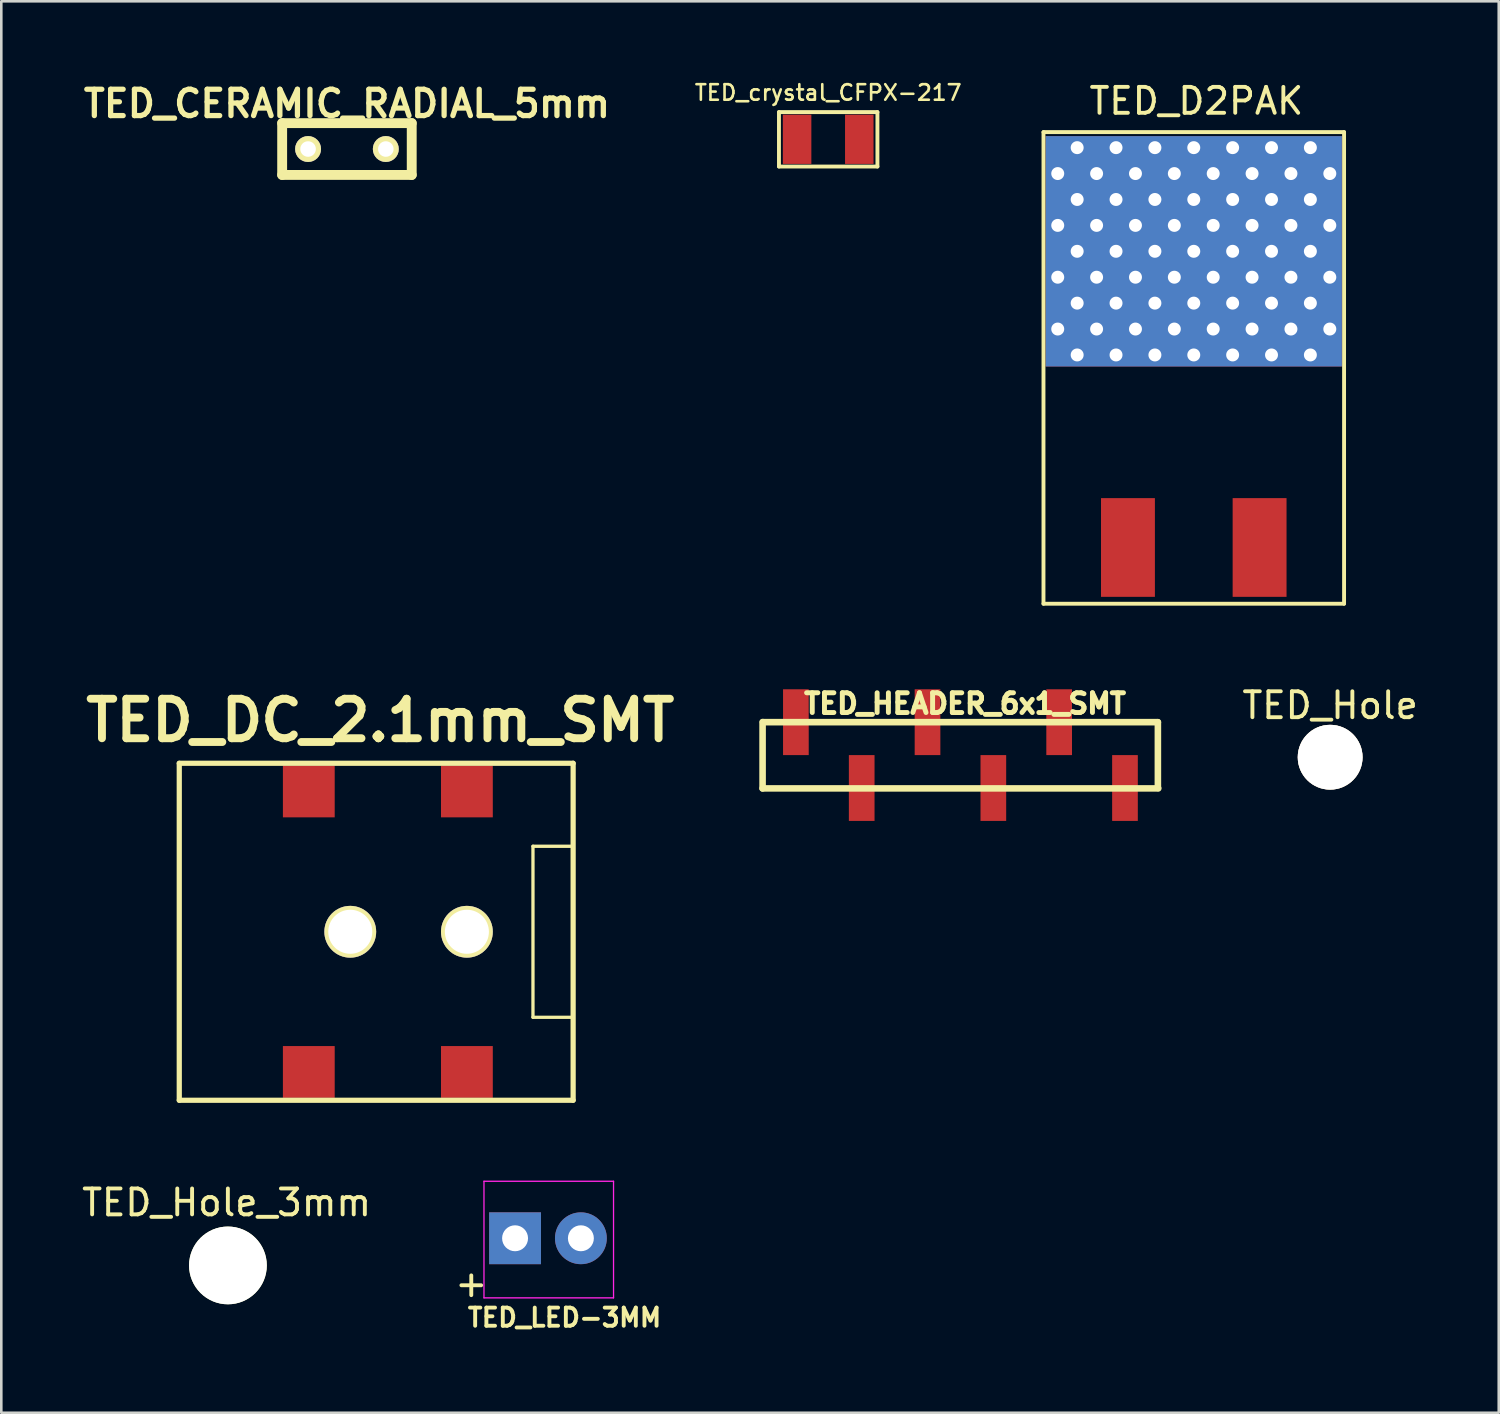
<source format=kicad_pcb>
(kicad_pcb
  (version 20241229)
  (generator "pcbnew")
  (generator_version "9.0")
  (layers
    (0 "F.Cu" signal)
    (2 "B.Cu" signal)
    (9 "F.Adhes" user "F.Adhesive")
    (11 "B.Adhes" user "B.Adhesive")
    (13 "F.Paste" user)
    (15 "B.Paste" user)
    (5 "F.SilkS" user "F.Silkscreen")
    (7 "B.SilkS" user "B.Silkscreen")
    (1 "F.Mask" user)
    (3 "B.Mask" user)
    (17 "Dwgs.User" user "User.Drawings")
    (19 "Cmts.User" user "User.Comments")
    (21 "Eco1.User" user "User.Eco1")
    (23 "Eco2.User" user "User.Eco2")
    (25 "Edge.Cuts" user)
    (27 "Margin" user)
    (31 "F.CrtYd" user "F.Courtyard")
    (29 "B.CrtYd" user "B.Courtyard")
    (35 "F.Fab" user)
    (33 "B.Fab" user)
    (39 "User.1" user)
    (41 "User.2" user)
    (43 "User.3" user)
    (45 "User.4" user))
  (footprint "TED_Hole"
    (layer "F.Cu")
    (at 48.282 26.172)
    (property "Reference" "TED_Hole" (at 0 -2 0) (layer "F.SilkS") (effects (font (size 1 1) (thickness 0.15))))
    (attr through_hole)
    (pad "1" thru_hole circle (at 0 0) (size 2.5 2.5) (drill 2.5) (layers "*.Cu" "*.Mask" "F.SilkS")))
  (footprint "TED_LED-3MM"
    (layer "F.Cu")
    (at 16.827 44.736)
    (property "Reference" "TED_LED-3MM" (at 1.91 3.06 0) (layer "F.SilkS") (effects (font (size 0.7 0.7) (thickness 0.15))))
    (attr through_hole)
    (fp_line (start -1.2 -2.2) (end -1.2 2.3) (stroke (width 0.05) (type solid)) (layer "F.CrtYd"))
    (fp_line (start -1.2 2.3) (end 3.8 2.3) (stroke (width 0.05) (type solid)) (layer "F.CrtYd"))
    (fp_line (start 3.8 -2.2) (end -1.2 -2.2) (stroke (width 0.05) (type solid)) (layer "F.CrtYd"))
    (fp_line (start 3.8 2.3) (end 3.8 -2.2) (stroke (width 0.05) (type solid)) (layer "F.CrtYd"))
    (fp_text user "+" (at -1.69 1.74 0) (layer "F.SilkS") (effects (font (size 1 1) (thickness 0.15))))
    (pad "1" thru_hole rect (at 0 0 90) (size 2 2) (drill 1.001) (layers "*.Cu" "*.Mask"))
    (pad "2" thru_hole circle (at 2.54 0) (size 2 2) (drill 1.001) (layers "*.Cu" "*.Mask")))
  (footprint "TED_HEADER_6x1_SMT"
    (layer "F.Cu")
    (at 34.014 26.09)
    (property "Reference" "TED_HEADER_6x1_SMT" (at 0.178 -1.986 0) (layer "F.SilkS") (effects (font (size 0.762 0.762) (thickness 0.191))))
    (attr through_hole)
    (fp_line (start -7.635 1.285) (end -7.635 -1.275) (stroke (width 0.254) (type solid)) (layer "F.SilkS"))
    (fp_line (start 7.62 -1.27) (end -7.62 -1.27) (stroke (width 0.254) (type solid)) (layer "F.SilkS"))
    (fp_line (start 7.62 -1.27) (end 7.62 1.27) (stroke (width 0.254) (type solid)) (layer "F.SilkS"))
    (fp_line (start 7.635 1.285) (end -7.635 1.285) (stroke (width 0.254) (type solid)) (layer "F.SilkS"))
    (pad "1" smd rect (at -6.35 -1.27) (size 0.991 2.54) (layers "F.Cu" "F.Mask" "F.Paste"))
    (pad "2" smd rect (at -3.81 1.27) (size 0.991 2.54) (layers "F.Cu" "F.Mask" "F.Paste"))
    (pad "3" smd rect (at -1.27 -1.27) (size 0.991 2.54) (layers "F.Cu" "F.Mask" "F.Paste"))
    (pad "4" smd rect (at 1.27 1.27) (size 0.991 2.54) (layers "F.Cu" "F.Mask" "F.Paste"))
    (pad "5" smd rect (at 3.81 -1.27) (size 0.991 2.54) (layers "F.Cu" "F.Mask" "F.Paste"))
    (pad "6" smd rect (at 6.35 1.27) (size 0.991 2.54) (layers "F.Cu" "F.Mask" "F.Paste")))
  (footprint "TED_D2PAK"
    (layer "F.Cu")
    (at 43.019 6.648)
    (property "Reference" "TED_D2PAK" (at 0.1 -5.8 0) (layer "F.SilkS") (effects (font (size 1 1) (thickness 0.15))))
    (attr smd)
    (fp_line (start -5.8 -4.6) (end -5.8 13.6) (stroke (width 0.15) (type solid)) (layer "F.SilkS"))
    (fp_line (start -5.8 -4.6) (end 5.8 -4.6) (stroke (width 0.15) (type solid)) (layer "F.SilkS"))
    (fp_line (start 5.8 -4.6) (end 5.8 13.6) (stroke (width 0.15) (type solid)) (layer "F.SilkS"))
    (fp_line (start 5.8 13.6) (end -5.8 13.6) (stroke (width 0.15) (type solid)) (layer "F.SilkS"))
    (pad "1" smd rect (at -2.54 11.43) (size 2.08 3.81) (layers "F.Cu" "F.Mask" "F.Paste"))
    (pad "2" thru_hole circle (at -5.25 -3) (size 0.6 0.6) (drill 0.5) (layers "*.Cu"))
    (pad "2" thru_hole circle (at -5.25 -1) (size 0.6 0.6) (drill 0.5) (layers "*.Cu"))
    (pad "2" thru_hole circle (at -5.25 1) (size 0.6 0.6) (drill 0.5) (layers "*.Cu"))
    (pad "2" thru_hole circle (at -5.25 3) (size 0.6 0.6) (drill 0.5) (layers "*.Cu"))
    (pad "2" thru_hole circle (at -4.5 -4) (size 0.6 0.6) (drill 0.5) (layers "*.Cu"))
    (pad "2" thru_hole circle (at -4.5 -2) (size 0.6 0.6) (drill 0.5) (layers "*.Cu"))
    (pad "2" thru_hole circle (at -4.5 0) (size 0.6 0.6) (drill 0.5) (layers "*.Cu"))
    (pad "2" thru_hole circle (at -4.5 2) (size 0.6 0.6) (drill 0.5) (layers "*.Cu"))
    (pad "2" thru_hole circle (at -4.5 4) (size 0.6 0.6) (drill 0.5) (layers "*.Cu"))
    (pad "2" thru_hole circle (at -3.75 -3) (size 0.6 0.6) (drill 0.5) (layers "*.Cu"))
    (pad "2" thru_hole circle (at -3.75 -1) (size 0.6 0.6) (drill 0.5) (layers "*.Cu"))
    (pad "2" thru_hole circle (at -3.75 1) (size 0.6 0.6) (drill 0.5) (layers "*.Cu"))
    (pad "2" thru_hole circle (at -3.75 3) (size 0.6 0.6) (drill 0.5) (layers "*.Cu"))
    (pad "2" thru_hole circle (at -3 -4) (size 0.6 0.6) (drill 0.5) (layers "*.Cu"))
    (pad "2" thru_hole circle (at -3 -2) (size 0.6 0.6) (drill 0.5) (layers "*.Cu"))
    (pad "2" thru_hole circle (at -3 0) (size 0.6 0.6) (drill 0.5) (layers "*.Cu"))
    (pad "2" thru_hole circle (at -3 2) (size 0.6 0.6) (drill 0.5) (layers "*.Cu"))
    (pad "2" thru_hole circle (at -3 4) (size 0.6 0.6) (drill 0.5) (layers "*.Cu"))
    (pad "2" thru_hole circle (at -2.25 -3) (size 0.6 0.6) (drill 0.5) (layers "*.Cu"))
    (pad "2" thru_hole circle (at -2.25 -1) (size 0.6 0.6) (drill 0.5) (layers "*.Cu"))
    (pad "2" thru_hole circle (at -2.25 1) (size 0.6 0.6) (drill 0.5) (layers "*.Cu"))
    (pad "2" thru_hole circle (at -2.25 3) (size 0.6 0.6) (drill 0.5) (layers "*.Cu"))
    (pad "2" thru_hole circle (at -1.5 -4) (size 0.6 0.6) (drill 0.5) (layers "*.Cu"))
    (pad "2" thru_hole circle (at -1.5 -2) (size 0.6 0.6) (drill 0.5) (layers "*.Cu"))
    (pad "2" thru_hole circle (at -1.5 0) (size 0.6 0.6) (drill 0.5) (layers "*.Cu"))
    (pad "2" thru_hole circle (at -1.5 2) (size 0.6 0.6) (drill 0.5) (layers "*.Cu"))
    (pad "2" thru_hole circle (at -1.5 4) (size 0.6 0.6) (drill 0.5) (layers "*.Cu"))
    (pad "2" thru_hole circle (at -0.75 -3) (size 0.6 0.6) (drill 0.5) (layers "*.Cu"))
    (pad "2" thru_hole circle (at -0.75 -1) (size 0.6 0.6) (drill 0.5) (layers "*.Cu"))
    (pad "2" thru_hole circle (at -0.75 1) (size 0.6 0.6) (drill 0.5) (layers "*.Cu"))
    (pad "2" thru_hole circle (at -0.75 3) (size 0.6 0.6) (drill 0.5) (layers "*.Cu"))
    (pad "2" thru_hole circle (at 0 -4) (size 0.6 0.6) (drill 0.5) (layers "*.Cu"))
    (pad "2" thru_hole circle (at 0 -2) (size 0.6 0.6) (drill 0.5) (layers "*.Cu"))
    (pad "2" thru_hole circle (at 0 0) (size 0.6 0.6) (drill 0.5) (layers "*.Cu"))
    (pad "2" smd rect (at 0 0) (size 11.43 8.89) (layers "F.Cu" "F.Mask" "F.Paste"))
    (pad "2" smd rect (at 0 0) (size 11.43 8.89) (layers "B.Cu"))
    (pad "2" thru_hole circle (at 0 2) (size 0.6 0.6) (drill 0.5) (layers "*.Cu"))
    (pad "2" thru_hole circle (at 0 4) (size 0.6 0.6) (drill 0.5) (layers "*.Cu"))
    (pad "2" thru_hole circle (at 0.75 -3) (size 0.6 0.6) (drill 0.5) (layers "*.Cu"))
    (pad "2" thru_hole circle (at 0.75 -1) (size 0.6 0.6) (drill 0.5) (layers "*.Cu"))
    (pad "2" thru_hole circle (at 0.75 1) (size 0.6 0.6) (drill 0.5) (layers "*.Cu"))
    (pad "2" thru_hole circle (at 0.75 3) (size 0.6 0.6) (drill 0.5) (layers "*.Cu"))
    (pad "2" thru_hole circle (at 1.5 -4) (size 0.6 0.6) (drill 0.5) (layers "*.Cu"))
    (pad "2" thru_hole circle (at 1.5 -2) (size 0.6 0.6) (drill 0.5) (layers "*.Cu"))
    (pad "2" thru_hole circle (at 1.5 0) (size 0.6 0.6) (drill 0.5) (layers "*.Cu"))
    (pad "2" thru_hole circle (at 1.5 2) (size 0.6 0.6) (drill 0.5) (layers "*.Cu"))
    (pad "2" thru_hole circle (at 1.5 4) (size 0.6 0.6) (drill 0.5) (layers "*.Cu"))
    (pad "2" thru_hole circle (at 2.25 -3) (size 0.6 0.6) (drill 0.5) (layers "*.Cu"))
    (pad "2" thru_hole circle (at 2.25 -1) (size 0.6 0.6) (drill 0.5) (layers "*.Cu"))
    (pad "2" thru_hole circle (at 2.25 1) (size 0.6 0.6) (drill 0.5) (layers "*.Cu"))
    (pad "2" thru_hole circle (at 2.25 3) (size 0.6 0.6) (drill 0.5) (layers "*.Cu"))
    (pad "2" thru_hole circle (at 3 -4) (size 0.6 0.6) (drill 0.5) (layers "*.Cu"))
    (pad "2" thru_hole circle (at 3 -2) (size 0.6 0.6) (drill 0.5) (layers "*.Cu"))
    (pad "2" thru_hole circle (at 3 0) (size 0.6 0.6) (drill 0.5) (layers "*.Cu"))
    (pad "2" thru_hole circle (at 3 2) (size 0.6 0.6) (drill 0.5) (layers "*.Cu"))
    (pad "2" thru_hole circle (at 3 4) (size 0.6 0.6) (drill 0.5) (layers "*.Cu"))
    (pad "2" thru_hole circle (at 3.75 -3) (size 0.6 0.6) (drill 0.5) (layers "*.Cu"))
    (pad "2" thru_hole circle (at 3.75 -1) (size 0.6 0.6) (drill 0.5) (layers "*.Cu"))
    (pad "2" thru_hole circle (at 3.75 1) (size 0.6 0.6) (drill 0.5) (layers "*.Cu"))
    (pad "2" thru_hole circle (at 3.75 3) (size 0.6 0.6) (drill 0.5) (layers "*.Cu"))
    (pad "2" thru_hole circle (at 4.5 -4) (size 0.6 0.6) (drill 0.5) (layers "*.Cu"))
    (pad "2" thru_hole circle (at 4.5 -2) (size 0.6 0.6) (drill 0.5) (layers "*.Cu"))
    (pad "2" thru_hole circle (at 4.5 0) (size 0.6 0.6) (drill 0.5) (layers "*.Cu"))
    (pad "2" thru_hole circle (at 4.5 2) (size 0.6 0.6) (drill 0.5) (layers "*.Cu"))
    (pad "2" thru_hole circle (at 4.5 4) (size 0.6 0.6) (drill 0.5) (layers "*.Cu"))
    (pad "2" thru_hole circle (at 5.25 -3) (size 0.6 0.6) (drill 0.5) (layers "*.Cu"))
    (pad "2" thru_hole circle (at 5.25 -1) (size 0.6 0.6) (drill 0.5) (layers "*.Cu"))
    (pad "2" thru_hole circle (at 5.25 1) (size 0.6 0.6) (drill 0.5) (layers "*.Cu"))
    (pad "2" thru_hole circle (at 5.25 3) (size 0.6 0.6) (drill 0.5) (layers "*.Cu"))
    (pad "3" smd rect (at 2.54 11.43) (size 2.08 3.81) (layers "F.Cu" "F.Mask" "F.Paste")))
  (footprint "TED_DC_2.1mm_SMT"
    (layer "F.Cu")
    (at 11.468 32.908)
    (property "Reference" "TED_DC_2.1mm_SMT" (at 0.157 -8.158 0) (layer "F.SilkS") (effects (font (size 1.524 1.524) (thickness 0.305))))
    (attr through_hole)
    (fp_line (start -7.6 -6.502) (end 7.6 -6.502) (stroke (width 0.201) (type solid)) (layer "F.SilkS"))
    (fp_line (start -7.6 6.502) (end -7.6 -6.502) (stroke (width 0.201) (type solid)) (layer "F.SilkS"))
    (fp_line (start 6.05 -3.3) (end 6.05 3.3) (stroke (width 0.127) (type solid)) (layer "F.SilkS"))
    (fp_line (start 6.05 3.3) (end 7.575 3.3) (stroke (width 0.127) (type solid)) (layer "F.SilkS"))
    (fp_line (start 7.6 -6.502) (end 7.6 6.502) (stroke (width 0.201) (type solid)) (layer "F.SilkS"))
    (fp_line (start 7.6 6.502) (end -7.6 6.502) (stroke (width 0.201) (type solid)) (layer "F.SilkS"))
    (fp_line (start 7.6 -3.3) (end 6.05 -3.3) (stroke (width 0.127) (type solid)) (layer "F.SilkS"))
    (pad "" np_thru_hole circle (at -1.001 0) (size 1.999 1.999) (drill 1.699) (layers "*.Cu" "*.Mask" "F.SilkS"))
    (pad "" np_thru_hole circle (at 3.5 0) (size 1.999 1.999) (drill 1.699) (layers "*.Cu" "*.Mask" "F.SilkS"))
    (pad "1" smd rect (at -2.601 5.41) (size 1.999 1.999) (layers "F.Cu" "F.Mask" "F.Paste"))
    (pad "1" smd rect (at 3.5 5.41) (size 1.999 1.999) (layers "F.Cu" "F.Mask" "F.Paste"))
    (pad "2" smd rect (at 3.5 -5.415) (size 1.999 1.999) (layers "F.Cu" "F.Mask" "F.Paste"))
    (pad "3" smd rect (at -2.601 -5.415) (size 1.999 1.999) (layers "F.Cu" "F.Mask" "F.Paste")))
  (footprint "TED_CERAMIC_RADIAL_5mm"
    (layer "F.Cu")
    (at 10.339 2.701)
    (property "Reference" "TED_CERAMIC_RADIAL_5mm" (at 0 -1.75 0) (layer "F.SilkS") (effects (font (size 1.016 1.016) (thickness 0.203))))
    (attr through_hole)
    (fp_line (start -2.5 -1) (end 2.5 -1) (stroke (width 0.381) (type solid)) (layer "F.SilkS"))
    (fp_line (start -2.5 1) (end -2.5 -1) (stroke (width 0.381) (type solid)) (layer "F.SilkS"))
    (fp_line (start 2.5 -1) (end 2.5 1) (stroke (width 0.381) (type solid)) (layer "F.SilkS"))
    (fp_line (start 2.5 1) (end -2.5 1) (stroke (width 0.381) (type solid)) (layer "F.SilkS"))
    (pad "1" thru_hole circle (at -1.5 0) (size 1 1) (drill 0.6) (layers "*.Cu" "*.Mask" "F.SilkS"))
    (pad "2" thru_hole circle (at 1.5 0) (size 1 1) (drill 0.6) (layers "*.Cu" "*.Mask" "F.SilkS")))
  (footprint "TED_crystal_CFPX-217"
    (layer "F.Cu")
    (at 28.911 2.326)
    (property "Reference" "TED_crystal_CFPX-217" (at 0 -1.8 0) (layer "F.SilkS") (effects (font (size 0.6 0.6) (thickness 0.1))))
    (attr through_hole)
    (fp_line (start -1.9 -1.05) (end 1.9 -1.05) (stroke (width 0.15) (type solid)) (layer "F.SilkS"))
    (fp_line (start -1.9 1.05) (end -1.9 -1.05) (stroke (width 0.15) (type solid)) (layer "F.SilkS"))
    (fp_line (start 1.9 -1.05) (end 1.9 1.05) (stroke (width 0.15) (type solid)) (layer "F.SilkS"))
    (fp_line (start 1.9 1.05) (end -1.9 1.05) (stroke (width 0.15) (type solid)) (layer "F.SilkS"))
    (pad "1" smd rect (at -1.2 0) (size 1.1 1.9) (layers "F.Cu" "F.Mask" "F.Paste"))
    (pad "2" smd rect (at 1.2 0) (size 1.1 1.9) (layers "F.Cu" "F.Mask" "F.Paste")))
  (footprint "TED_Hole_3mm"
    (layer "F.Cu")
    (at 5.746 45.784)
    (property "Reference" "TED_Hole_3mm" (at -0.05 -2.425 0) (layer "F.SilkS") (effects (font (size 1 1) (thickness 0.15))))
    (attr through_hole)
    (pad "" np_thru_hole circle (at 0 0) (size 3 3) (drill 3) (layers "*.Cu" "*.Mask" "F.SilkS")))
  (gr_rect
    (start -3 -3)
    (end 54.788 51.469)
    (stroke (width 0.1) (type default))
    (fill no)
    (layer "Edge.Cuts")))
</source>
